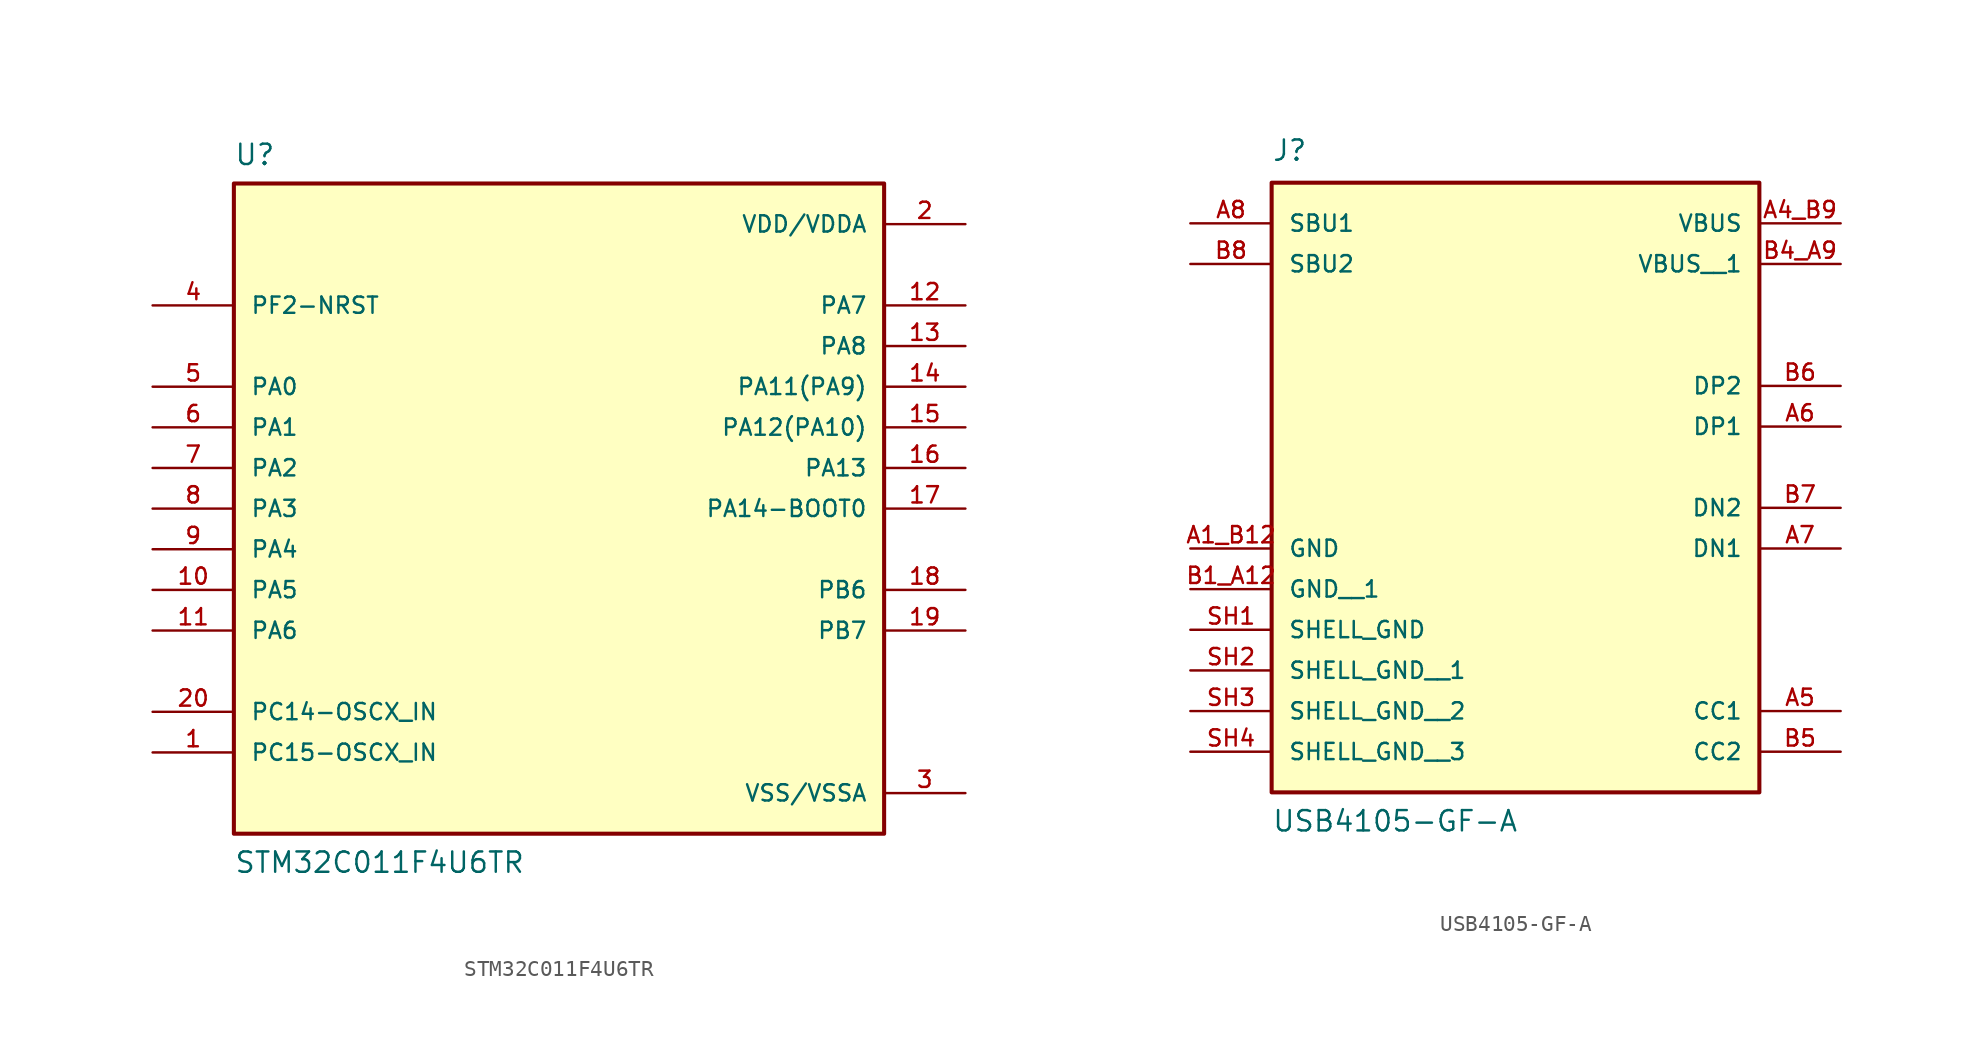
<source format=kicad_sym>
(kicad_symbol_lib
  (version 20241209)
  (generator "kicad_symbol_editor")
  (generator_version "9.0")
  (symbol "STM32C011F4U6TR"
    (pin_names
      (offset 1.016))
    (property "Reference" "U"
      (at -20.32 22.86 0)
      (effects (font (size 1.27 1.27)) (justify left top)))
    (property "Value" "STM32C011F4U6TR"
      (at -20.32 -22.86 0)
      (effects (font (size 1.27 1.27)) (justify left bottom)))
    (symbol "STM32C011F4U6TR_0_0"
      (rectangle (start -20.32 -20.32) (end 20.32 20.32) (stroke (width 0.254) (type default)) (fill (type background)))
      (pin bidirectional line (at -25.4 12.7 0) (length 5.08) (name "PF2-NRST" (effects (font (size 1.016 1.016)))) (number "4" (effects (font (size 1.016 1.016)))))
      (pin bidirectional line (at -25.4 7.62 0) (length 5.08) (name "PA0" (effects (font (size 1.016 1.016)))) (number "5" (effects (font (size 1.016 1.016)))))
      (pin bidirectional line (at -25.4 5.08 0) (length 5.08) (name "PA1" (effects (font (size 1.016 1.016)))) (number "6" (effects (font (size 1.016 1.016)))))
      (pin bidirectional line (at -25.4 2.54 0) (length 5.08) (name "PA2" (effects (font (size 1.016 1.016)))) (number "7" (effects (font (size 1.016 1.016)))))
      (pin bidirectional line (at -25.4 0 0) (length 5.08) (name "PA3" (effects (font (size 1.016 1.016)))) (number "8" (effects (font (size 1.016 1.016)))))
      (pin bidirectional line (at -25.4 -2.54 0) (length 5.08) (name "PA4" (effects (font (size 1.016 1.016)))) (number "9" (effects (font (size 1.016 1.016)))))
      (pin bidirectional line (at -25.4 -5.08 0) (length 5.08) (name "PA5" (effects (font (size 1.016 1.016)))) (number "10" (effects (font (size 1.016 1.016)))))
      (pin bidirectional line (at -25.4 -7.62 0) (length 5.08) (name "PA6" (effects (font (size 1.016 1.016)))) (number "11" (effects (font (size 1.016 1.016)))))
      (pin bidirectional line (at -25.4 -12.7 0) (length 5.08) (name "PC14-OSCX_IN" (effects (font (size 1.016 1.016)))) (number "20" (effects (font (size 1.016 1.016)))))
      (pin bidirectional line (at -25.4 -15.24 0) (length 5.08) (name "PC15-OSCX_IN" (effects (font (size 1.016 1.016)))) (number "1" (effects (font (size 1.016 1.016)))))
      (pin power_in line (at 25.4 17.78 180) (length 5.08) (name "VDD/VDDA" (effects (font (size 1.016 1.016)))) (number "2" (effects (font (size 1.016 1.016)))))
      (pin bidirectional line (at 25.4 12.7 180) (length 5.08) (name "PA7" (effects (font (size 1.016 1.016)))) (number "12" (effects (font (size 1.016 1.016)))))
      (pin bidirectional line (at 25.4 10.16 180) (length 5.08) (name "PA8" (effects (font (size 1.016 1.016)))) (number "13" (effects (font (size 1.016 1.016)))))
      (pin bidirectional line (at 25.4 7.62 180) (length 5.08) (name "PA11(PA9)" (effects (font (size 1.016 1.016)))) (number "14" (effects (font (size 1.016 1.016)))))
      (pin bidirectional line (at 25.4 5.08 180) (length 5.08) (name "PA12(PA10)" (effects (font (size 1.016 1.016)))) (number "15" (effects (font (size 1.016 1.016)))))
      (pin bidirectional line (at 25.4 2.54 180) (length 5.08) (name "PA13" (effects (font (size 1.016 1.016)))) (number "16" (effects (font (size 1.016 1.016)))))
      (pin bidirectional line (at 25.4 0 180) (length 5.08) (name "PA14-BOOT0" (effects (font (size 1.016 1.016)))) (number "17" (effects (font (size 1.016 1.016)))))
      (pin bidirectional line (at 25.4 -5.08 180) (length 5.08) (name "PB6" (effects (font (size 1.016 1.016)))) (number "18" (effects (font (size 1.016 1.016)))))
      (pin bidirectional line (at 25.4 -7.62 180) (length 5.08) (name "PB7" (effects (font (size 1.016 1.016)))) (number "19" (effects (font (size 1.016 1.016)))))
      (pin power_in line (at 25.4 -17.78 180) (length 5.08) (name "VSS/VSSA" (effects (font (size 1.016 1.016)))) (number "3" (effects (font (size 1.016 1.016)))))))
  (symbol "USB4105-GF-A"
    (pin_names
      (offset 1.016))
    (property "Reference" "J"
      (at -15.24 13.97 0)
      (effects (font (size 1.27 1.27)) (justify left bottom)))
    (property "Value" "USB4105-GF-A"
      (at -15.24 -27.94 0)
      (effects (font (size 1.27 1.27)) (justify left bottom)))
    (symbol "USB4105-GF-A_0_0"
      (rectangle (start -15.24 12.7) (end 15.24 -25.4) (stroke (width 0.254) (type default)) (fill (type background)))
      (pin bidirectional line (at -20.32 10.16 0) (length 5.08) (name "SBU1" (effects (font (size 1.016 1.016)))) (number "A8" (effects (font (size 1.016 1.016)))))
      (pin bidirectional line (at -20.32 7.62 0) (length 5.08) (name "SBU2" (effects (font (size 1.016 1.016)))) (number "B8" (effects (font (size 1.016 1.016)))))
      (pin power_in line (at -20.32 -10.16 0) (length 5.08) (name "GND" (effects (font (size 1.016 1.016)))) (number "A1_B12" (effects (font (size 1.016 1.016)))))
      (pin power_in line (at -20.32 -12.7 0) (length 5.08) (name "GND__1" (effects (font (size 1.016 1.016)))) (number "B1_A12" (effects (font (size 1.016 1.016)))))
      (pin power_in line (at -20.32 -15.24 0) (length 5.08) (name "SHELL_GND" (effects (font (size 1.016 1.016)))) (number "SH1" (effects (font (size 1.016 1.016)))))
      (pin power_in line (at -20.32 -17.78 0) (length 5.08) (name "SHELL_GND__1" (effects (font (size 1.016 1.016)))) (number "SH2" (effects (font (size 1.016 1.016)))))
      (pin power_in line (at -20.32 -20.32 0) (length 5.08) (name "SHELL_GND__2" (effects (font (size 1.016 1.016)))) (number "SH3" (effects (font (size 1.016 1.016)))))
      (pin power_in line (at -20.32 -22.86 0) (length 5.08) (name "SHELL_GND__3" (effects (font (size 1.016 1.016)))) (number "SH4" (effects (font (size 1.016 1.016)))))
      (pin power_in line (at 20.32 10.16 180) (length 5.08) (name "VBUS" (effects (font (size 1.016 1.016)))) (number "A4_B9" (effects (font (size 1.016 1.016)))))
      (pin power_in line (at 20.32 7.62 180) (length 5.08) (name "VBUS__1" (effects (font (size 1.016 1.016)))) (number "B4_A9" (effects (font (size 1.016 1.016)))))
      (pin bidirectional line (at 20.32 0 180) (length 5.08) (name "DP2" (effects (font (size 1.016 1.016)))) (number "B6" (effects (font (size 1.016 1.016)))))
      (pin bidirectional line (at 20.32 -2.54 180) (length 5.08) (name "DP1" (effects (font (size 1.016 1.016)))) (number "A6" (effects (font (size 1.016 1.016)))))
      (pin bidirectional line (at 20.32 -7.62 180) (length 5.08) (name "DN2" (effects (font (size 1.016 1.016)))) (number "B7" (effects (font (size 1.016 1.016)))))
      (pin bidirectional line (at 20.32 -10.16 180) (length 5.08) (name "DN1" (effects (font (size 1.016 1.016)))) (number "A7" (effects (font (size 1.016 1.016)))))
      (pin bidirectional line (at 20.32 -20.32 180) (length 5.08) (name "CC1" (effects (font (size 1.016 1.016)))) (number "A5" (effects (font (size 1.016 1.016)))))
      (pin bidirectional line (at 20.32 -22.86 180) (length 5.08) (name "CC2" (effects (font (size 1.016 1.016)))) (number "B5" (effects (font (size 1.016 1.016))))))))
</source>
